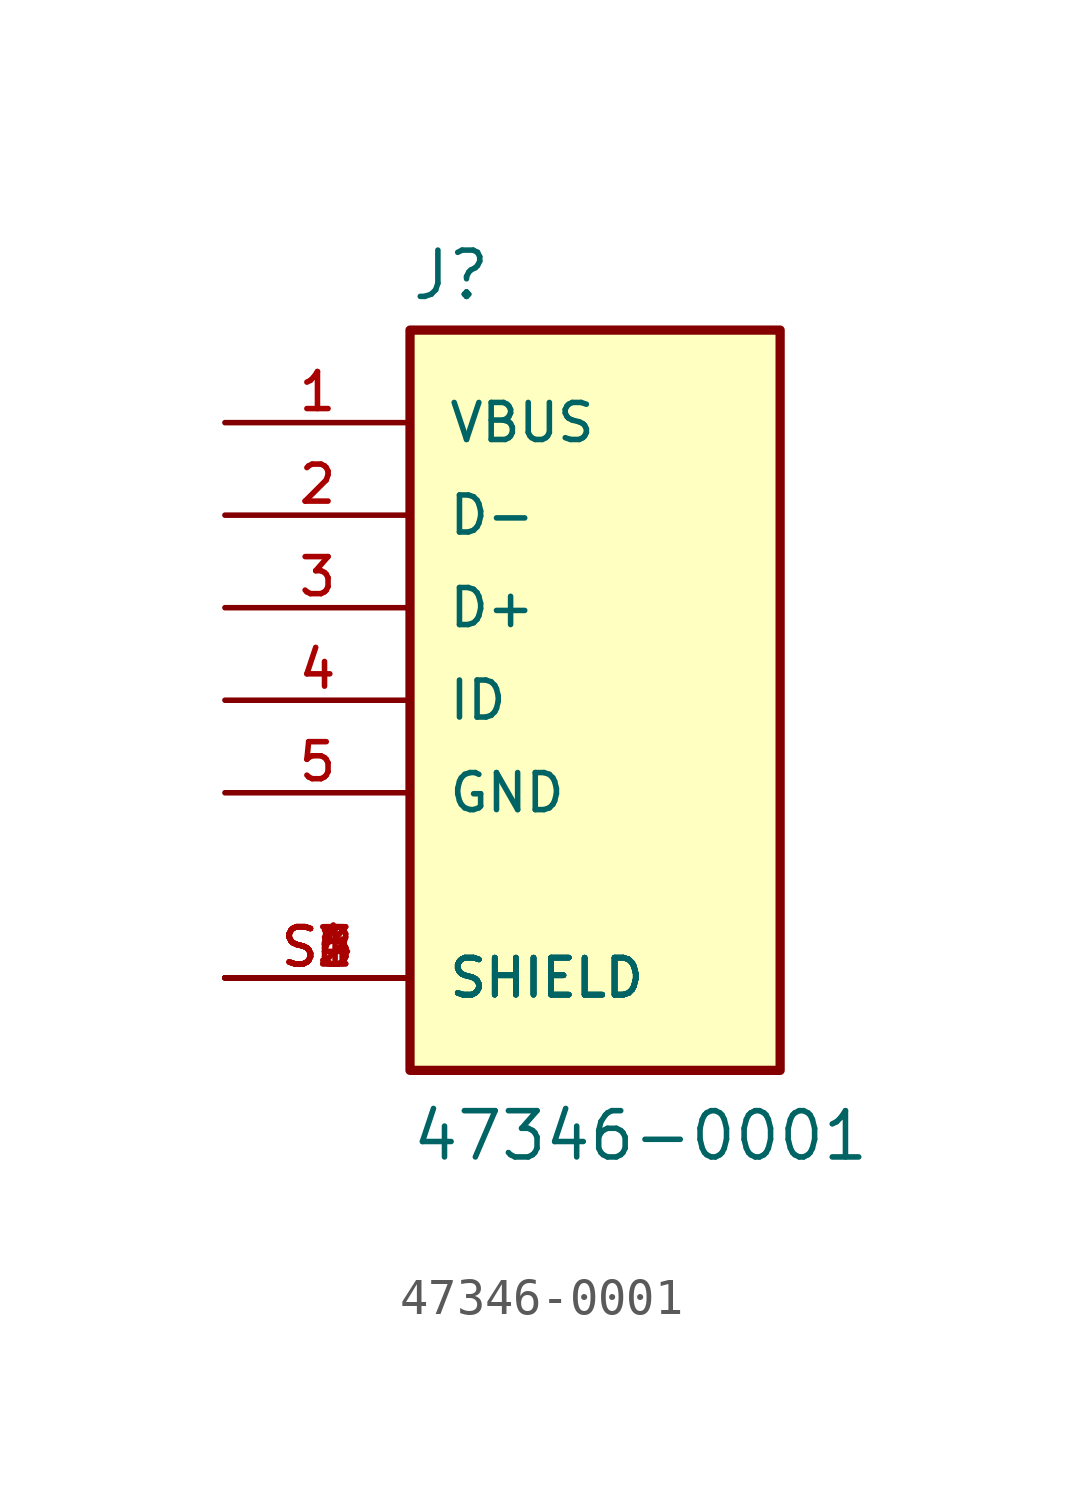
<source format=kicad_sym>
(kicad_symbol_lib
  (version 20211014)
  (generator kicad_symbol_editor)
  (symbol "47346-0001"
    (pin_names
      (offset 1.016))
    (property "Reference" "J"
      (at -5.08 10.922 0)
      (effects (font (size 1.27 1.27)) (justify bottom left)))
    (property "Value" "47346-0001"
      (at -5.08 -12.7 0)
      (effects (font (size 1.27 1.27)) (justify bottom left)))
    (symbol "47346-0001_0_0"
      (rectangle (start -5.08 -10.16) (end 5.08 10.16) (stroke (width 0.254)) (fill (type background)))
      (pin bidirectional line (at -10.16 2.54 0) (length 5.08) (name "D+" (effects (font (size 1.016 1.016)))) (number "3" (effects (font (size 1.016 1.016)))))
      (pin bidirectional line (at -10.16 5.08 0) (length 5.08) (name "D-" (effects (font (size 1.016 1.016)))) (number "2" (effects (font (size 1.016 1.016)))))
      (pin power_in line (at -10.16 -2.54 0) (length 5.08) (name "GND" (effects (font (size 1.016 1.016)))) (number "5" (effects (font (size 1.016 1.016)))))
      (pin bidirectional line (at -10.16 0.0 0) (length 5.08) (name "ID" (effects (font (size 1.016 1.016)))) (number "4" (effects (font (size 1.016 1.016)))))
      (pin power_in line (at -10.16 7.62 0) (length 5.08) (name "VBUS" (effects (font (size 1.016 1.016)))) (number "1" (effects (font (size 1.016 1.016)))))
      (pin passive line (at -10.16 -7.62 0) (length 5.08) (name "SHIELD" (effects (font (size 1.016 1.016)))) (number "S1" (effects (font (size 1.016 1.016)))))
      (pin passive line (at -10.16 -7.62 0) (length 5.08) (name "SHIELD" (effects (font (size 1.016 1.016)))) (number "S2" (effects (font (size 1.016 1.016)))))
      (pin passive line (at -10.16 -7.62 0) (length 5.08) (name "SHIELD" (effects (font (size 1.016 1.016)))) (number "S3" (effects (font (size 1.016 1.016)))))
      (pin passive line (at -10.16 -7.62 0) (length 5.08) (name "SHIELD" (effects (font (size 1.016 1.016)))) (number "S4" (effects (font (size 1.016 1.016)))))
      (pin passive line (at -10.16 -7.62 0) (length 5.08) (name "SHIELD" (effects (font (size 1.016 1.016)))) (number "S5" (effects (font (size 1.016 1.016)))))
      (pin passive line (at -10.16 -7.62 0) (length 5.08) (name "SHIELD" (effects (font (size 1.016 1.016)))) (number "S6" (effects (font (size 1.016 1.016))))))))
</source>
